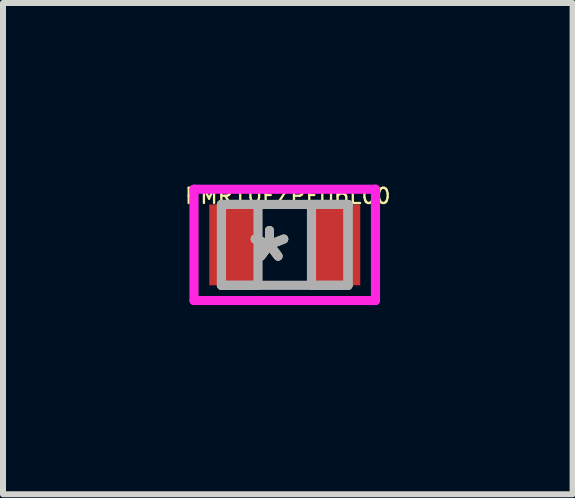
<source format=kicad_pcb>
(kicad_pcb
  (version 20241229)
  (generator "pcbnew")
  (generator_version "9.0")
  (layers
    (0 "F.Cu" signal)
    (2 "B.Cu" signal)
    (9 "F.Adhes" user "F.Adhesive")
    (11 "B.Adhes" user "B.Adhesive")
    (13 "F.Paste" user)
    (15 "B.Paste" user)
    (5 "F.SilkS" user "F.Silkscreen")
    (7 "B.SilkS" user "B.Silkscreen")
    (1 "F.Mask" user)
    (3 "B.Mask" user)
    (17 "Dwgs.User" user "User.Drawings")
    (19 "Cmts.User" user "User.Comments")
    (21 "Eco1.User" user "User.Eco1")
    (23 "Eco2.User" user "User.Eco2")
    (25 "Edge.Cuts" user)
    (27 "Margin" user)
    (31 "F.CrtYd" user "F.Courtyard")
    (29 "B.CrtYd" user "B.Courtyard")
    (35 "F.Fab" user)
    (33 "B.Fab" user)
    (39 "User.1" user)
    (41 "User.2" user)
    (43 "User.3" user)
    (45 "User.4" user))
  (footprint "PMR10EZPFU6L00"
    (layer "F.Cu")
    (at 1.692 1.028)
    (property "Reference" "PMR10EZPFU6L00" (at 0.051 -0.813 0) (layer "F.SilkS") (effects (font (size 0.254 0.254) (thickness 0.038))))
    (attr smd)
    (fp_line (start -1.511 -0.927) (end 1.511 -0.927) (stroke (width 0.152) (type solid)) (layer "F.CrtYd"))
    (fp_line (start -1.511 0.927) (end -1.511 -0.927) (stroke (width 0.152) (type solid)) (layer "F.CrtYd"))
    (fp_line (start 1.511 -0.927) (end 1.511 0.927) (stroke (width 0.152) (type solid)) (layer "F.CrtYd"))
    (fp_line (start 1.511 0.927) (end -1.511 0.927) (stroke (width 0.152) (type solid)) (layer "F.CrtYd"))
    (fp_line (start -1.054 -0.673) (end -1.054 0.673) (stroke (width 0.152) (type solid)) (layer "F.Fab"))
    (fp_line (start -1.054 -0.673) (end -1.054 0.673) (stroke (width 0.152) (type solid)) (layer "F.Fab"))
    (fp_line (start -1.054 0.673) (end -0.445 0.673) (stroke (width 0.152) (type solid)) (layer "F.Fab"))
    (fp_line (start -1.054 0.673) (end 1.054 0.673) (stroke (width 0.152) (type solid)) (layer "F.Fab"))
    (fp_line (start -0.445 -0.673) (end -1.054 -0.673) (stroke (width 0.152) (type solid)) (layer "F.Fab"))
    (fp_line (start -0.445 0.673) (end -0.445 -0.673) (stroke (width 0.152) (type solid)) (layer "F.Fab"))
    (fp_line (start 0.445 -0.673) (end 0.445 0.673) (stroke (width 0.152) (type solid)) (layer "F.Fab"))
    (fp_line (start 0.445 0.673) (end 1.054 0.673) (stroke (width 0.152) (type solid)) (layer "F.Fab"))
    (fp_line (start 1.054 -0.673) (end -1.054 -0.673) (stroke (width 0.152) (type solid)) (layer "F.Fab"))
    (fp_line (start 1.054 -0.673) (end 0.445 -0.673) (stroke (width 0.152) (type solid)) (layer "F.Fab"))
    (fp_line (start 1.054 0.673) (end 1.054 -0.673) (stroke (width 0.152) (type solid)) (layer "F.Fab"))
    (fp_line (start 1.054 0.673) (end 1.054 -0.673) (stroke (width 0.152) (type solid)) (layer "F.Fab"))
    (fp_text user "*" (at -0.254 0.305 0) (layer "F.SilkS") (effects (font (size 1 1) (thickness 0.15))))
    (fp_text user "*" (at -0.254 0.305 0) (layer "F.Fab") (effects (font (size 1 1) (thickness 0.15))))
    (pad "1" smd rect (at -0.851 0) (size 0.813 1.346) (layers "F.Cu" "F.Mask" "F.Paste"))
    (pad "2" smd rect (at 0.851 0) (size 0.813 1.346) (layers "F.Cu" "F.Mask" "F.Paste")))
  (gr_rect
    (start -3 -3)
    (end 6.486 5.181)
    (stroke (width 0.1) (type default))
    (fill no)
    (layer "Edge.Cuts")))
</source>
